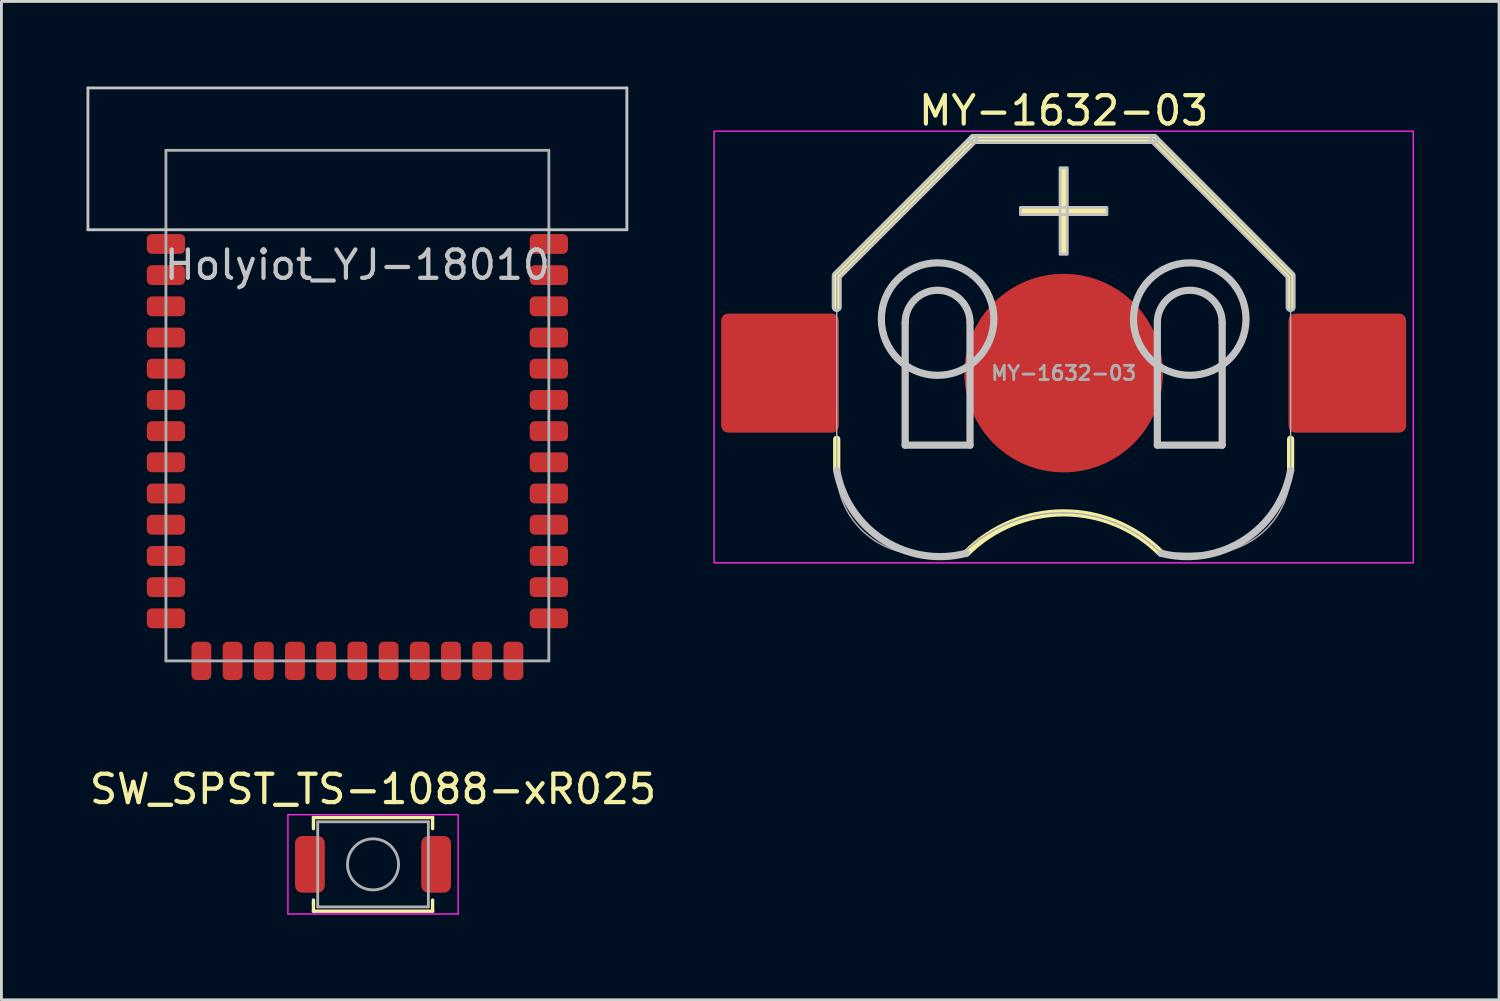
<source format=kicad_pcb>
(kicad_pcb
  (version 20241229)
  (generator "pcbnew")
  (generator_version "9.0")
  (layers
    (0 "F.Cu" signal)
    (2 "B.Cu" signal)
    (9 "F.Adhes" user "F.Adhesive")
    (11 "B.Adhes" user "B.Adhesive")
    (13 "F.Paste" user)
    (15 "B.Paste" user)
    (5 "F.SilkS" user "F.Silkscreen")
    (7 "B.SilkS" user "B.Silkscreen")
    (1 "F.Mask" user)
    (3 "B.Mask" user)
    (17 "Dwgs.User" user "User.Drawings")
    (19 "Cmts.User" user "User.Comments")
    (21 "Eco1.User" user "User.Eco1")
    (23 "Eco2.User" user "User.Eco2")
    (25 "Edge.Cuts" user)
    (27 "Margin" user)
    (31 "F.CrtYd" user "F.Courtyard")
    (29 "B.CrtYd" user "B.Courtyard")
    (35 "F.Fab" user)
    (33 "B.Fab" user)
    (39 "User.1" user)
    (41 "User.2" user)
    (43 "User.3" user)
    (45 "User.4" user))
  (footprint "Holyiot_YJ-18010"
    (layer "F.Cu")
    (at 9.55 11.25)
    (property "Reference" "Holyiot_YJ-18010" (at 0 -4.961 180) (layer "Dwgs.User") (effects (font (size 1 1) (thickness 0.15))))
    (attr through_hole)
    (fp_line (start -9.5 -11.2) (end 9.5 -11.2) (stroke (width 0.1) (type solid)) (layer "Dwgs.User"))
    (fp_line (start -9.5 -6.2) (end -9.5 -11.2) (stroke (width 0.1) (type solid)) (layer "Dwgs.User"))
    (fp_line (start 9.5 -11.2) (end 9.5 -6.2) (stroke (width 0.1) (type solid)) (layer "Dwgs.User"))
    (fp_line (start 9.5 -6.2) (end -9.5 -6.2) (stroke (width 0.1) (type solid)) (layer "Dwgs.User"))
    (fp_line (start -6.75 -9) (end 6.75 -9) (stroke (width 0.1) (type solid)) (layer "F.Fab"))
    (fp_line (start -6.75 9) (end -6.75 -9) (stroke (width 0.1) (type solid)) (layer "F.Fab"))
    (fp_line (start 6.75 -9) (end 6.75 9) (stroke (width 0.1) (type solid)) (layer "F.Fab"))
    (fp_line (start 6.75 9) (end -6.75 9) (stroke (width 0.1) (type solid)) (layer "F.Fab"))
    (pad "1" smd roundrect (at -6.75 -5.7) (size 1.35 0.7) (layers "F.Cu" "F.Mask" "F.Paste") (roundrect_rratio 0.25))
    (pad "2" smd roundrect (at -6.75 -4.6) (size 1.35 0.7) (layers "F.Cu" "F.Mask" "F.Paste") (roundrect_rratio 0.25))
    (pad "3" smd roundrect (at -6.75 -3.5) (size 1.35 0.7) (layers "F.Cu" "F.Mask" "F.Paste") (roundrect_rratio 0.25))
    (pad "4" smd roundrect (at -6.75 -2.4) (size 1.35 0.7) (layers "F.Cu" "F.Mask" "F.Paste") (roundrect_rratio 0.25))
    (pad "5" smd roundrect (at -6.75 -1.3) (size 1.35 0.7) (layers "F.Cu" "F.Mask" "F.Paste") (roundrect_rratio 0.25))
    (pad "6" smd roundrect (at -6.75 -0.2) (size 1.35 0.7) (layers "F.Cu" "F.Mask" "F.Paste") (roundrect_rratio 0.25))
    (pad "7" smd roundrect (at -6.75 0.9) (size 1.35 0.7) (layers "F.Cu" "F.Mask" "F.Paste") (roundrect_rratio 0.25))
    (pad "8" smd roundrect (at -6.75 2) (size 1.35 0.7) (layers "F.Cu" "F.Mask" "F.Paste") (roundrect_rratio 0.25))
    (pad "9" smd roundrect (at -6.75 3.1) (size 1.35 0.7) (layers "F.Cu" "F.Mask" "F.Paste") (roundrect_rratio 0.25))
    (pad "10" smd roundrect (at -6.75 4.2) (size 1.35 0.7) (layers "F.Cu" "F.Mask" "F.Paste") (roundrect_rratio 0.25))
    (pad "11" smd roundrect (at -6.75 5.3) (size 1.35 0.7) (layers "F.Cu" "F.Mask" "F.Paste") (roundrect_rratio 0.25))
    (pad "12" smd roundrect (at -6.75 6.4) (size 1.35 0.7) (layers "F.Cu" "F.Mask" "F.Paste") (roundrect_rratio 0.25))
    (pad "13" smd roundrect (at -6.75 7.5) (size 1.35 0.7) (layers "F.Cu" "F.Mask" "F.Paste") (roundrect_rratio 0.25))
    (pad "14" smd roundrect (at -5.5 9 90) (size 1.35 0.7) (layers "F.Cu" "F.Mask" "F.Paste") (roundrect_rratio 0.25))
    (pad "15" smd roundrect (at -4.4 9 90) (size 1.35 0.7) (layers "F.Cu" "F.Mask" "F.Paste") (roundrect_rratio 0.25))
    (pad "16" smd roundrect (at -3.3 9 90) (size 1.35 0.7) (layers "F.Cu" "F.Mask" "F.Paste") (roundrect_rratio 0.25))
    (pad "17" smd roundrect (at -2.2 9 90) (size 1.35 0.7) (layers "F.Cu" "F.Mask" "F.Paste") (roundrect_rratio 0.25))
    (pad "18" smd roundrect (at -1.1 9 90) (size 1.35 0.7) (layers "F.Cu" "F.Mask" "F.Paste") (roundrect_rratio 0.25))
    (pad "19" smd roundrect (at 0 9 90) (size 1.35 0.7) (layers "F.Cu" "F.Mask" "F.Paste") (roundrect_rratio 0.25))
    (pad "20" smd roundrect (at 1.1 9 90) (size 1.35 0.7) (layers "F.Cu" "F.Mask" "F.Paste") (roundrect_rratio 0.25))
    (pad "21" smd roundrect (at 2.2 9 90) (size 1.35 0.7) (layers "F.Cu" "F.Mask" "F.Paste") (roundrect_rratio 0.25))
    (pad "22" smd roundrect (at 3.3 9 90) (size 1.35 0.7) (layers "F.Cu" "F.Mask" "F.Paste") (roundrect_rratio 0.25))
    (pad "23" smd roundrect (at 4.4 9 90) (size 1.35 0.7) (layers "F.Cu" "F.Mask" "F.Paste") (roundrect_rratio 0.25))
    (pad "24" smd roundrect (at 5.5 9 90) (size 1.35 0.7) (layers "F.Cu" "F.Mask" "F.Paste") (roundrect_rratio 0.25))
    (pad "25" smd roundrect (at 6.75 7.5 180) (size 1.35 0.7) (layers "F.Cu" "F.Mask" "F.Paste") (roundrect_rratio 0.25))
    (pad "26" smd roundrect (at 6.75 6.4 180) (size 1.35 0.7) (layers "F.Cu" "F.Mask" "F.Paste") (roundrect_rratio 0.25))
    (pad "27" smd roundrect (at 6.75 5.3 180) (size 1.35 0.7) (layers "F.Cu" "F.Mask" "F.Paste") (roundrect_rratio 0.25))
    (pad "28" smd roundrect (at 6.75 4.2 180) (size 1.35 0.7) (layers "F.Cu" "F.Mask" "F.Paste") (roundrect_rratio 0.25))
    (pad "29" smd roundrect (at 6.75 3.1 180) (size 1.35 0.7) (layers "F.Cu" "F.Mask" "F.Paste") (roundrect_rratio 0.25))
    (pad "30" smd roundrect (at 6.75 2 180) (size 1.35 0.7) (layers "F.Cu" "F.Mask" "F.Paste") (roundrect_rratio 0.25))
    (pad "31" smd roundrect (at 6.75 0.9 180) (size 1.35 0.7) (layers "F.Cu" "F.Mask" "F.Paste") (roundrect_rratio 0.25))
    (pad "32" smd roundrect (at 6.75 -0.2 180) (size 1.35 0.7) (layers "F.Cu" "F.Mask" "F.Paste") (roundrect_rratio 0.25))
    (pad "33" smd roundrect (at 6.75 -1.3 180) (size 1.35 0.7) (layers "F.Cu" "F.Mask" "F.Paste") (roundrect_rratio 0.25))
    (pad "34" smd roundrect (at 6.75 -2.4 180) (size 1.35 0.7) (layers "F.Cu" "F.Mask" "F.Paste") (roundrect_rratio 0.25))
    (pad "35" smd roundrect (at 6.75 -3.5 180) (size 1.35 0.7) (layers "F.Cu" "F.Mask" "F.Paste") (roundrect_rratio 0.25))
    (pad "36" smd roundrect (at 6.75 -4.6 180) (size 1.35 0.7) (layers "F.Cu" "F.Mask" "F.Paste") (roundrect_rratio 0.25))
    (pad "37" smd roundrect (at 6.75 -5.7 180) (size 1.35 0.7) (layers "F.Cu" "F.Mask" "F.Paste") (roundrect_rratio 0.25)))
  (footprint "SW_SPST_TS-1088-xR025"
    (layer "F.Cu")
    (at 10.101 27.423)
    (property "Reference" "SW_SPST_TS-1088-xR025" (at 0 -2.65 0) (layer "F.SilkS") (effects (font (size 1 1) (thickness 0.15))))
    (attr smd)
    (fp_line (start -2.1 -1.65) (end 2.1 -1.65) (stroke (width 0.12) (type solid)) (layer "F.SilkS"))
    (fp_line (start -2.1 -1.26) (end -2.1 -1.65) (stroke (width 0.12) (type solid)) (layer "F.SilkS"))
    (fp_line (start -2.1 1.26) (end -2.1 1.65) (stroke (width 0.12) (type solid)) (layer "F.SilkS"))
    (fp_line (start -2.1 1.65) (end 2.1 1.65) (stroke (width 0.12) (type solid)) (layer "F.SilkS"))
    (fp_line (start 2.1 -1.65) (end 2.1 -1.26) (stroke (width 0.12) (type solid)) (layer "F.SilkS"))
    (fp_line (start 2.1 1.65) (end 2.1 1.26) (stroke (width 0.12) (type solid)) (layer "F.SilkS"))
    (fp_line (start -3 -1.75) (end -3 1.75) (stroke (width 0.05) (type solid)) (layer "F.CrtYd"))
    (fp_line (start -3 1.75) (end 3 1.75) (stroke (width 0.05) (type solid)) (layer "F.CrtYd"))
    (fp_line (start 3 -1.75) (end -3 -1.75) (stroke (width 0.05) (type solid)) (layer "F.CrtYd"))
    (fp_line (start 3 1.75) (end 3 -1.75) (stroke (width 0.05) (type solid)) (layer "F.CrtYd"))
    (fp_line (start -1.95 -1.5) (end 1.95 -1.5) (stroke (width 0.1) (type solid)) (layer "F.Fab"))
    (fp_line (start -1.95 1.5) (end -1.95 -1.5) (stroke (width 0.1) (type solid)) (layer "F.Fab"))
    (fp_line (start -1.95 1.5) (end 1.95 1.5) (stroke (width 0.1) (type solid)) (layer "F.Fab"))
    (fp_line (start 1.95 -1.5) (end 1.95 1.5) (stroke (width 0.1) (type solid)) (layer "F.Fab"))
    (fp_circle (center 0 0) (end 0.9 0) (stroke (width 0.1) (type solid)) (fill no) (layer "F.Fab"))
    (pad "1" smd roundrect (at -2.225 0) (size 1.05 2) (layers "F.Cu" "F.Mask" "F.Paste") (roundrect_rratio 0.238))
    (pad "2" smd roundrect (at 2.225 0) (size 1.05 2) (layers "F.Cu" "F.Mask" "F.Paste") (roundrect_rratio 0.238)))
  (footprint "MY-1632-03"
    (layer "F.Cu")
    (at 34.45 10.104)
    (property "Reference" "MY-1632-03" (at 0 -9.255 0) (layer "F.SilkS") (effects (font (size 1 1) (thickness 0.15))))
    (fp_line (start -8.001 -3.429) (end -8.001 -2.331) (stroke (width 0.254) (type default)) (layer "F.SilkS"))
    (fp_line (start -8.001 2.331) (end -8.001 3.429) (stroke (width 0.254) (type default)) (layer "F.SilkS"))
    (fp_line (start -3.175 -8.255) (end -8.001 -3.429) (stroke (width 0.254) (type default)) (layer "F.SilkS"))
    (fp_line (start -3.175 -8.255) (end 3.175 -8.255) (stroke (width 0.254) (type default)) (layer "F.SilkS"))
    (fp_line (start 3.175 -8.255) (end 8.001 -3.429) (stroke (width 0.254) (type default)) (layer "F.SilkS"))
    (fp_line (start 8.001 -3.429) (end 8.001 -2.331) (stroke (width 0.254) (type default)) (layer "F.SilkS"))
    (fp_line (start 8.001 2.331) (end 8.001 3.429) (stroke (width 0.254) (type default)) (layer "F.SilkS"))
    (fp_arc (start -3.429 6.35) (mid 0 4.926875) (end 3.429 6.35) (stroke (width 0.254) (type default)) (layer "F.SilkS"))
    (fp_poly (pts (xy -1.524 -5.842) (xy 1.524 -5.842) (xy 1.524 -5.588) (xy -1.524 -5.588)) (stroke (width 0) (type default)) (fill yes) (layer "F.SilkS"))
    (fp_poly (pts (xy -0.127 -4.191) (xy -0.127 -7.239) (xy 0.127 -7.239) (xy 0.127 -4.191)) (stroke (width 0) (type default)) (fill yes) (layer "F.SilkS"))
    (fp_line (start -5.588 2.54) (end -5.588 -1.778) (stroke (width 0.254) (type default)) (layer "Dwgs.User"))
    (fp_line (start -5.588 2.54) (end -3.302 2.54) (stroke (width 0.254) (type default)) (layer "Dwgs.User"))
    (fp_line (start -3.302 2.54) (end -3.302 -1.778) (stroke (width 0.254) (type default)) (layer "Dwgs.User"))
    (fp_line (start 3.302 2.54) (end 3.302 -1.778) (stroke (width 0.254) (type default)) (layer "Dwgs.User"))
    (fp_line (start 3.302 2.54) (end 5.588 2.54) (stroke (width 0.254) (type default)) (layer "Dwgs.User"))
    (fp_line (start 5.588 2.54) (end 5.588 -1.778) (stroke (width 0.254) (type default)) (layer "Dwgs.User"))
    (fp_arc (start -5.588 -1.778) (mid -4.445 -2.921) (end -3.302 -1.778) (stroke (width 0.254) (type default)) (layer "Dwgs.User"))
    (fp_arc (start -3.429 6.35) (mid -6.352846 5.887944) (end -8.001 3.429) (stroke (width 0.254) (type default)) (layer "Dwgs.User"))
    (fp_arc (start 3.302 -1.778) (mid 4.445 -2.921) (end 5.588 -1.778) (stroke (width 0.254) (type default)) (layer "Dwgs.User"))
    (fp_arc (start 8.001 3.429) (mid 6.352947 5.888103) (end 3.429 6.35) (stroke (width 0.254) (type default)) (layer "Dwgs.User"))
    (fp_circle (center -4.445 -1.905) (end -2.462 -1.905) (stroke (width 0.254) (type default)) (fill no) (layer "Dwgs.User"))
    (fp_circle (center 4.445 -1.905) (end 6.428 -1.905) (stroke (width 0.254) (type default)) (fill no) (layer "Dwgs.User"))
    (fp_poly (pts (xy -1.524 -5.842) (xy 1.524 -5.842) (xy 1.524 -5.588) (xy -1.524 -5.588)) (stroke (width 0.1) (type default)) (fill no) (layer "Dwgs.User"))
    (fp_poly (pts (xy -0.127 -4.191) (xy -0.127 -7.239) (xy 0.127 -7.239) (xy 0.127 -4.191)) (stroke (width 0.1) (type default)) (fill no) (layer "Dwgs.User"))
    (fp_poly (pts (arc (start -3.175 -8.128) (mid -3.302 -8.255) (end -3.175 -8.382)) (arc (start 3.175 -8.382) (mid 3.302 -8.255) (end 3.175 -8.128))) (stroke (width 0.1) (type default)) (fill no) (layer "Dwgs.User"))
    (fp_poly (pts (arc (start -3.265 -8.345) (mid -3.085 -8.345) (end -3.085 -8.165)) (xy -7.874 -3.377) (arc (start -7.874 -2.331) (mid -8.001 -2.204) (end -8.128 -2.331)) (arc (start -8.128 -3.429) (mid -8.118333 -3.477601) (end -8.091 -3.519))) (stroke (width 0.1) (type default)) (fill no) (layer "Dwgs.User"))
    (fp_poly (pts (arc (start 3.085 -8.165) (mid 3.085 -8.345) (end 3.265 -8.345)) (arc (start 8.091 -3.519) (mid 8.118591 -3.477708) (end 8.128 -3.429)) (arc (start 8.128 -2.331) (mid 8.001 -2.204) (end 7.874 -2.331)) (xy 7.874 -3.377)) (stroke (width 0.1) (type default)) (fill no) (layer "Dwgs.User"))
    (fp_rect (start -12.325 -8.53) (end 12.325 6.69) (stroke (width 0.05) (type default)) (fill no) (layer "F.CrtYd"))
    (fp_line (start -8.001 -3.429) (end -8.001 3.429) (stroke (width 0.051) (type default)) (layer "F.Fab"))
    (fp_line (start -5.045 6.385) (end -3.576 6.385) (stroke (width 0.051) (type default)) (layer "F.Fab"))
    (fp_line (start -3.175 -8.255) (end -8.001 -3.429) (stroke (width 0.051) (type default)) (layer "F.Fab"))
    (fp_line (start -0.056 4.927) (end 0 4.927) (stroke (width 0.051) (type default)) (layer "F.Fab"))
    (fp_line (start 3.175 -8.255) (end -3.175 -8.255) (stroke (width 0.051) (type default)) (layer "F.Fab"))
    (fp_line (start 3.425 6.346) (end 3.429 6.35) (stroke (width 0.051) (type default)) (layer "F.Fab"))
    (fp_line (start 3.429 6.35) (end 5.08 6.35) (stroke (width 0.051) (type default)) (layer "F.Fab"))
    (fp_line (start 8.001 -3.429) (end 3.175 -8.255) (stroke (width 0.051) (type default)) (layer "F.Fab"))
    (fp_line (start 8.001 3.429) (end 8.001 -3.429) (stroke (width 0.051) (type default)) (layer "F.Fab"))
    (fp_arc (start -5.045 6.385) (mid -7.135208 5.519208) (end -8.001 3.429) (stroke (width 0.051) (type default)) (layer "F.Fab"))
    (fp_arc (start -3.576 6.385) (mid -1.960781 5.305745) (end -0.0555 4.927) (stroke (width 0.051) (type default)) (layer "F.Fab"))
    (fp_arc (start 0 4.927) (mid 1.853308 5.295681) (end 3.4245 6.3455) (stroke (width 0.051) (type default)) (layer "F.Fab"))
    (fp_arc (start 8.001 3.429) (mid 7.145459 5.494459) (end 5.08 6.35) (stroke (width 0.051) (type default)) (layer "F.Fab"))
    (fp_poly (pts (xy 3.496 -0.172) (xy 3.462 -0.514) (xy 3.395 -0.85) (xy 3.295 -1.179) (xy 3.164 -1.496) (xy 3.002 -1.799) (xy 2.811 -2.085) (xy 2.593 -2.35) (xy 2.35 -2.593) (xy 2.085 -2.811) (xy 1.799 -3.002) (xy 1.496 -3.164) (xy 1.179 -3.295) (xy 0.85 -3.395) (xy 0.514 -3.462) (xy 0.172 -3.496) (xy -0.172 -3.496) (xy -0.514 -3.462) (xy -0.85 -3.395) (xy -1.179 -3.295) (xy -1.496 -3.164) (xy -1.799 -3.002) (xy -2.085 -2.811) (xy -2.35 -2.593) (xy -2.593 -2.35) (xy -2.811 -2.085) (xy -3.002 -1.799) (xy -3.164 -1.496) (xy -3.295 -1.179) (xy -3.395 -0.85) (xy -3.462 -0.514) (xy -3.496 -0.172) (xy -3.496 0.172) (xy -3.462 0.514) (xy -3.395 0.85) (xy -3.295 1.179) (xy -3.164 1.496) (xy -3.002 1.799) (xy -2.811 2.085) (xy -2.593 2.35) (xy -2.35 2.593) (xy -2.085 2.811) (xy -1.799 3.002) (xy -1.496 3.164) (xy -1.179 3.295) (xy -0.85 3.395) (xy -0.514 3.462) (xy -0.172 3.496) (xy 0.172 3.496) (xy 0.514 3.462) (xy 0.85 3.395) (xy 1.179 3.295) (xy 1.496 3.164) (xy 1.799 3.002) (xy 2.085 2.811) (xy 2.35 2.593) (xy 2.593 2.35) (xy 2.811 2.085) (xy 3.002 1.799) (xy 3.164 1.496) (xy 3.295 1.179) (xy 3.395 0.85) (xy 3.462 0.514) (xy 3.496 0.172)) (stroke (width 0.1) (type default)) (fill no) (layer "User.1"))
    (fp_text user "${REFERENCE}" (at 0 0 0) (layer "F.Fab") (effects (font (size 0.5 0.5) (thickness 0.1))))
    (pad "1" smd roundrect (at -10 0) (size 4.15 4.2) (layers "F.Cu" "F.Mask" "F.Paste") (roundrect_rratio 0.06))
    (pad "1" smd roundrect (at 10 0) (size 4.15 4.2) (layers "F.Cu" "F.Mask" "F.Paste") (roundrect_rratio 0.06))
    (pad "2" smd circle (at 0 0) (size 7 7) (layers "F.Cu" "F.Mask" "F.Paste")))
  (gr_rect
    (start -3 -3)
    (end 49.8 32.198)
    (stroke (width 0.1) (type default))
    (fill no)
    (layer "Edge.Cuts")))
</source>
